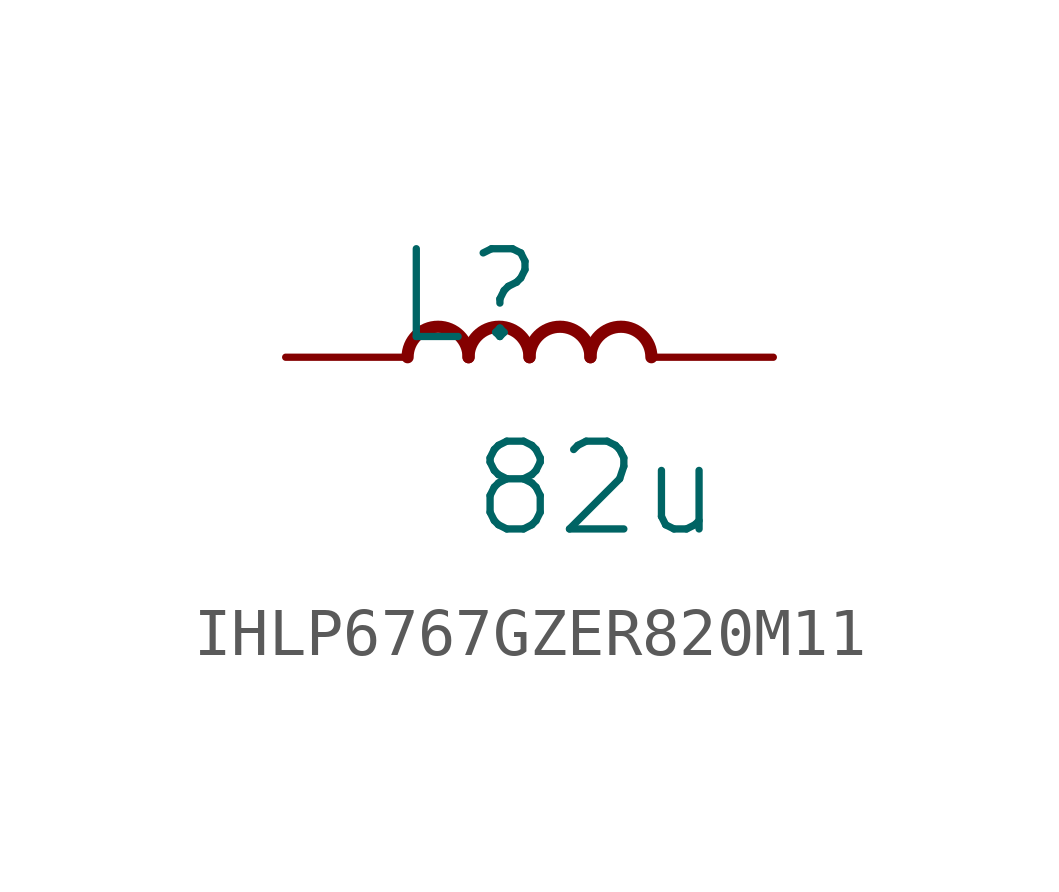
<source format=kicad_sym>
(kicad_symbol_lib
  (version 20231120)
  (generator "kicad_symbol_editor")
  (generator_version "8.0")
  (symbol "IHLP6767GZER820M11"
    (property "Reference" "L"
      (at -1.27 1.27 0)
      (effects (font (size 1.829 1.829))))
    (property "Value" "82u"
      (at -1.27 -3.81 0)
      (effects (font (size 1.829 1.829)) (justify left bottom)))
    (symbol "IHLP6767GZER820M11_1_0"
      (arc (start -1.27 0) (mid -1.905 0.635) (end -2.54 0) (stroke (width 0.254) (type solid)) (fill (type none)))
      (arc (start 0 0) (mid -0.635 0.635) (end -1.27 0) (stroke (width 0.254) (type solid)) (fill (type none)))
      (arc (start 1.27 0) (mid 0.635 0.635) (end 0 0) (stroke (width 0.254) (type solid)) (fill (type none)))
      (arc (start 2.54 0) (mid 1.905 0.635) (end 1.27 0) (stroke (width 0.254) (type solid)) (fill (type none)))
      (pin passive line (at -5.08 0 0) (length 2.54) (name "1" (effects (font (size 0 0)))) (number "1" (effects (font (size 0 0)))))
      (pin passive line (at 5.08 0 180) (length 2.54) (name "2" (effects (font (size 0 0)))) (number "2" (effects (font (size 0 0))))))))
</source>
